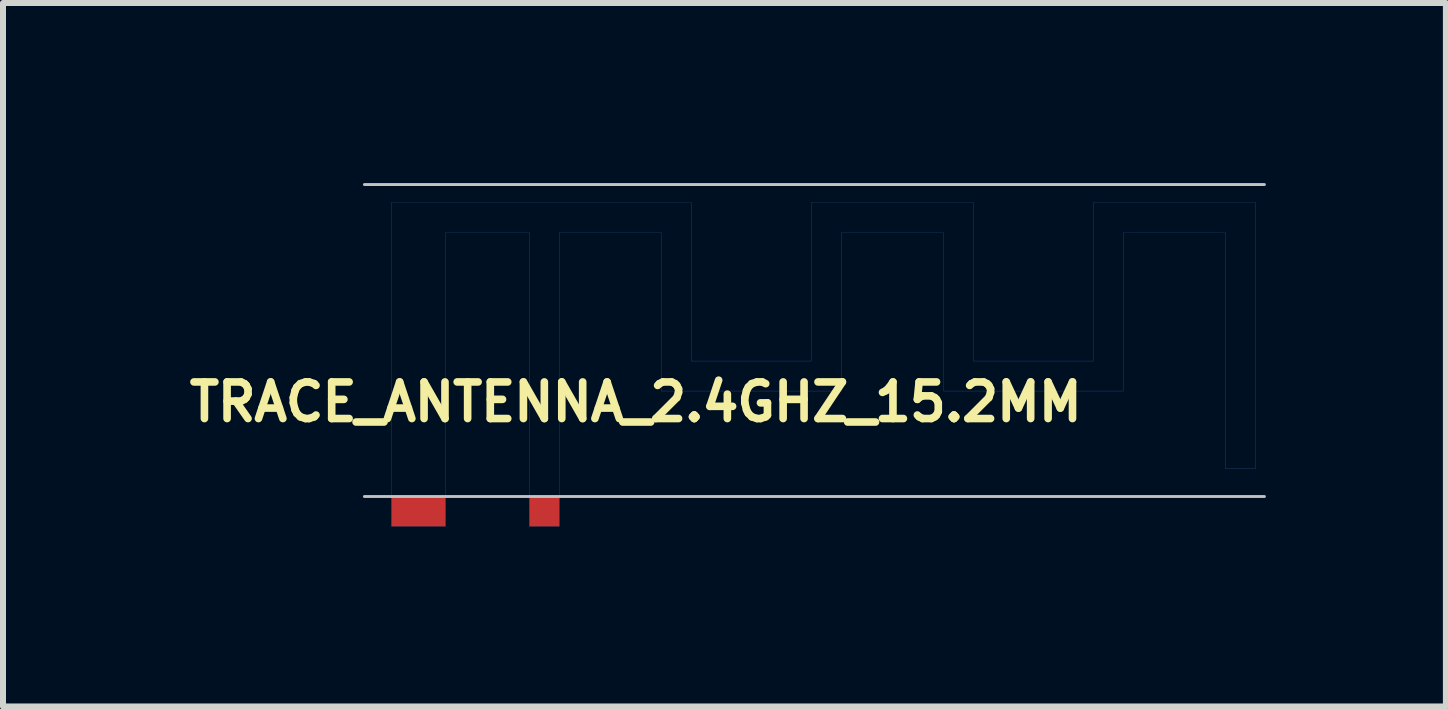
<source format=kicad_pcb>
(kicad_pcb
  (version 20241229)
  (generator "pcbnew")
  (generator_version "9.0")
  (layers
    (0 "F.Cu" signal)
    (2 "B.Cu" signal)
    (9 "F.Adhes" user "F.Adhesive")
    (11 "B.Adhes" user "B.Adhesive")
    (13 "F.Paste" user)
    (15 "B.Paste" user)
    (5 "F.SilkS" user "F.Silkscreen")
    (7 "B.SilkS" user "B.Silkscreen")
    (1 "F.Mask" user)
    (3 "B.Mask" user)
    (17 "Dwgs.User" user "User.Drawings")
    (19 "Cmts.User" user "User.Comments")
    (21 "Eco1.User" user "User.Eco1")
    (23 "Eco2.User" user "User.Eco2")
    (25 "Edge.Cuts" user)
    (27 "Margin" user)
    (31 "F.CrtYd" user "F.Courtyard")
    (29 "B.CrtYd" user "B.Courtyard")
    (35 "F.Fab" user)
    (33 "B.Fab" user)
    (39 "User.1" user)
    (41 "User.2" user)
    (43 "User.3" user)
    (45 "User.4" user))
  (footprint "TRACE_ANTENNA_2.4GHZ_15.2MM"
    (layer "F.Cu")
    (at 6.022 5.224)
    (property "Reference" "TRACE_ANTENNA_2.4GHZ_15.2MM" (at 1.524 -1.575 0) (layer "F.SilkS") (effects (font (size 0.61 0.61) (thickness 0.127))))
    (attr smd)
    (fp_line (start -2.548 -4.9) (end 2.449 -4.9) (stroke (width 0.003) (type solid)) (layer "B.Cu"))
    (fp_line (start -2.548 0.498) (end -2.548 -4.9) (stroke (width 0.003) (type solid)) (layer "B.Cu"))
    (fp_line (start -1.648 -4.399) (end -1.648 0.498) (stroke (width 0.003) (type solid)) (layer "B.Cu"))
    (fp_line (start -1.648 0.498) (end -2.548 0.498) (stroke (width 0.003) (type solid)) (layer "B.Cu"))
    (fp_line (start -0.249 -4.399) (end -1.648 -4.399) (stroke (width 0.003) (type solid)) (layer "B.Cu"))
    (fp_line (start -0.249 0.498) (end -0.249 -4.399) (stroke (width 0.003) (type solid)) (layer "B.Cu"))
    (fp_line (start 0.249 -4.399) (end 0.249 0.498) (stroke (width 0.003) (type solid)) (layer "B.Cu"))
    (fp_line (start 0.249 0.498) (end -0.249 0.498) (stroke (width 0.003) (type solid)) (layer "B.Cu"))
    (fp_line (start 1.948 -4.399) (end 0.249 -4.399) (stroke (width 0.003) (type solid)) (layer "B.Cu"))
    (fp_line (start 1.948 -1.758) (end 1.948 -4.399) (stroke (width 0.003) (type solid)) (layer "B.Cu"))
    (fp_line (start 2.449 -4.9) (end 2.449 -2.258) (stroke (width 0.003) (type solid)) (layer "B.Cu"))
    (fp_line (start 2.449 -2.258) (end 4.448 -2.258) (stroke (width 0.003) (type solid)) (layer "B.Cu"))
    (fp_line (start 4.448 -4.9) (end 7.148 -4.9) (stroke (width 0.003) (type solid)) (layer "B.Cu"))
    (fp_line (start 4.448 -2.258) (end 4.448 -4.9) (stroke (width 0.003) (type solid)) (layer "B.Cu"))
    (fp_line (start 4.948 -4.399) (end 4.948 -1.758) (stroke (width 0.003) (type solid)) (layer "B.Cu"))
    (fp_line (start 4.948 -1.758) (end 1.948 -1.758) (stroke (width 0.003) (type solid)) (layer "B.Cu"))
    (fp_line (start 6.65 -4.399) (end 4.948 -4.399) (stroke (width 0.003) (type solid)) (layer "B.Cu"))
    (fp_line (start 6.65 -1.758) (end 6.65 -4.399) (stroke (width 0.003) (type solid)) (layer "B.Cu"))
    (fp_line (start 7.148 -4.9) (end 7.148 -2.258) (stroke (width 0.003) (type solid)) (layer "B.Cu"))
    (fp_line (start 7.148 -2.258) (end 9.149 -2.258) (stroke (width 0.003) (type solid)) (layer "B.Cu"))
    (fp_line (start 9.149 -4.9) (end 11.849 -4.9) (stroke (width 0.003) (type solid)) (layer "B.Cu"))
    (fp_line (start 9.149 -2.258) (end 9.149 -4.9) (stroke (width 0.003) (type solid)) (layer "B.Cu"))
    (fp_line (start 9.649 -4.399) (end 9.649 -1.758) (stroke (width 0.003) (type solid)) (layer "B.Cu"))
    (fp_line (start 9.649 -1.758) (end 6.65 -1.758) (stroke (width 0.003) (type solid)) (layer "B.Cu"))
    (fp_line (start 11.349 -4.399) (end 9.649 -4.399) (stroke (width 0.003) (type solid)) (layer "B.Cu"))
    (fp_line (start 11.349 -0.46) (end 11.349 -4.399) (stroke (width 0.003) (type solid)) (layer "B.Cu"))
    (fp_line (start 11.849 -4.9) (end 11.849 -0.46) (stroke (width 0.003) (type solid)) (layer "B.Cu"))
    (fp_line (start 11.849 -0.46) (end 11.349 -0.46) (stroke (width 0.003) (type solid)) (layer "B.Cu"))
    (fp_line (start -3 -5.199) (end 11.999 -5.199) (stroke (width 0.048) (type solid)) (layer "Dwgs.User"))
    (fp_line (start -3 0) (end 11.999 0) (stroke (width 0.048) (type solid)) (layer "Dwgs.User"))
    (pad "ANT" smd rect (at 0 0.249) (size 0.498 0.498) (layers "F.Cu" "F.Mask" "F.Paste"))
    (pad "GND" smd rect (at -2.098 0.249) (size 0.899 0.498) (layers "F.Cu" "F.Mask" "F.Paste")))
  (gr_rect
    (start -3 -3)
    (end 21.045 8.723)
    (stroke (width 0.1) (type default))
    (fill no)
    (layer "Edge.Cuts")))
</source>
